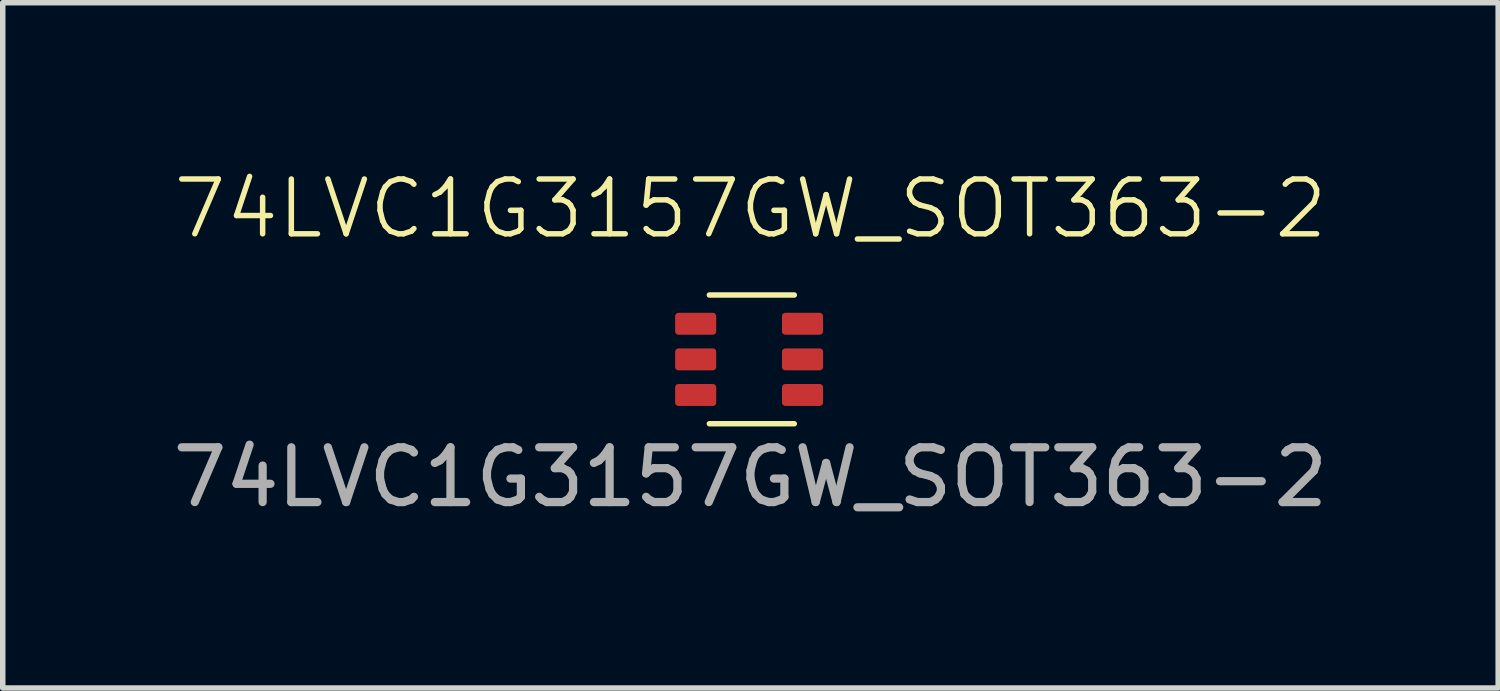
<source format=kicad_pcb>
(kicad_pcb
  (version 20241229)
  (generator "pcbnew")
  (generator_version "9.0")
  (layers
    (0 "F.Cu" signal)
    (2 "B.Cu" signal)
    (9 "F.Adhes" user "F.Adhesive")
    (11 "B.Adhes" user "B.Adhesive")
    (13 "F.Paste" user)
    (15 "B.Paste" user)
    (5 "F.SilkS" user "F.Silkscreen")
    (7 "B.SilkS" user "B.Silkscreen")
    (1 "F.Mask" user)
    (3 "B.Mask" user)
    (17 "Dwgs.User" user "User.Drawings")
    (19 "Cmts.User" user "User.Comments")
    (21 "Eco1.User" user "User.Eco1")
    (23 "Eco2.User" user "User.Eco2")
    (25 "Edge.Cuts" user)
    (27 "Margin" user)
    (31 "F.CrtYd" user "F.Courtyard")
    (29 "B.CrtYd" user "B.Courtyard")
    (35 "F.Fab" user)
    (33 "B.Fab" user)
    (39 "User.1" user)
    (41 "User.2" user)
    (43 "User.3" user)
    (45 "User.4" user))
  (footprint "74LVC1G3157GW_SOT363-2"
    (layer "F.Cu")
    (at 10.649 3.51)
    (property "Reference" "74LVC1G3157GW_SOT363-2" (at 0 -2.75 0) (unlocked yes) (layer "F.SilkS") (effects (font (size 1 1) (thickness 0.1))))
    (attr smd)
    (fp_line (start -0.75 -1.175) (end 0.8 -1.175) (stroke (width 0.1) (type default)) (layer "F.SilkS"))
    (fp_line (start -0.75 1.175) (end 0.8 1.175) (stroke (width 0.1) (type default)) (layer "F.SilkS"))
    (fp_poly (pts (xy 0.9 -1.275) (xy 0.9 -0.9) (xy 1.375 -0.9) (xy 1.375 0.9) (xy 0.9 0.9) (xy 0.9 1.275) (xy -0.85 1.275) (xy -0.85 0.9) (xy -1.425 0.9) (xy -1.425 -0.9) (xy -0.85 -0.9) (xy -0.85 -1.275)) (stroke (width 0.1) (type solid)) (fill no) (layer "Margin"))
    (fp_text user "${REFERENCE}" (at 0 2.15 0) (unlocked yes) (layer "F.Fab") (effects (font (size 1 1) (thickness 0.15))))
    (pad "1" smd roundrect (at -1 -0.65) (size 0.75 0.4) (layers "F.Cu" "F.Mask" "F.Paste") (roundrect_rratio 0.15))
    (pad "2" smd roundrect (at -1 0) (size 0.75 0.4) (layers "F.Cu" "F.Mask" "F.Paste") (roundrect_rratio 0.15))
    (pad "3" smd roundrect (at -1 0.65) (size 0.75 0.4) (layers "F.Cu" "F.Mask" "F.Paste") (roundrect_rratio 0.15))
    (pad "4" smd roundrect (at 0.95 0.65) (size 0.75 0.4) (layers "F.Cu" "F.Mask" "F.Paste") (roundrect_rratio 0.15))
    (pad "5" smd roundrect (at 0.95 0) (size 0.75 0.4) (layers "F.Cu" "F.Mask" "F.Paste") (roundrect_rratio 0.15))
    (pad "6" smd roundrect (at 0.95 -0.65) (size 0.75 0.4) (layers "F.Cu" "F.Mask" "F.Paste") (roundrect_rratio 0.15)))
  (gr_rect
    (start -3 -3)
    (end 24.298 9.509)
    (stroke (width 0.1) (type default))
    (fill no)
    (layer "Edge.Cuts")))
</source>
